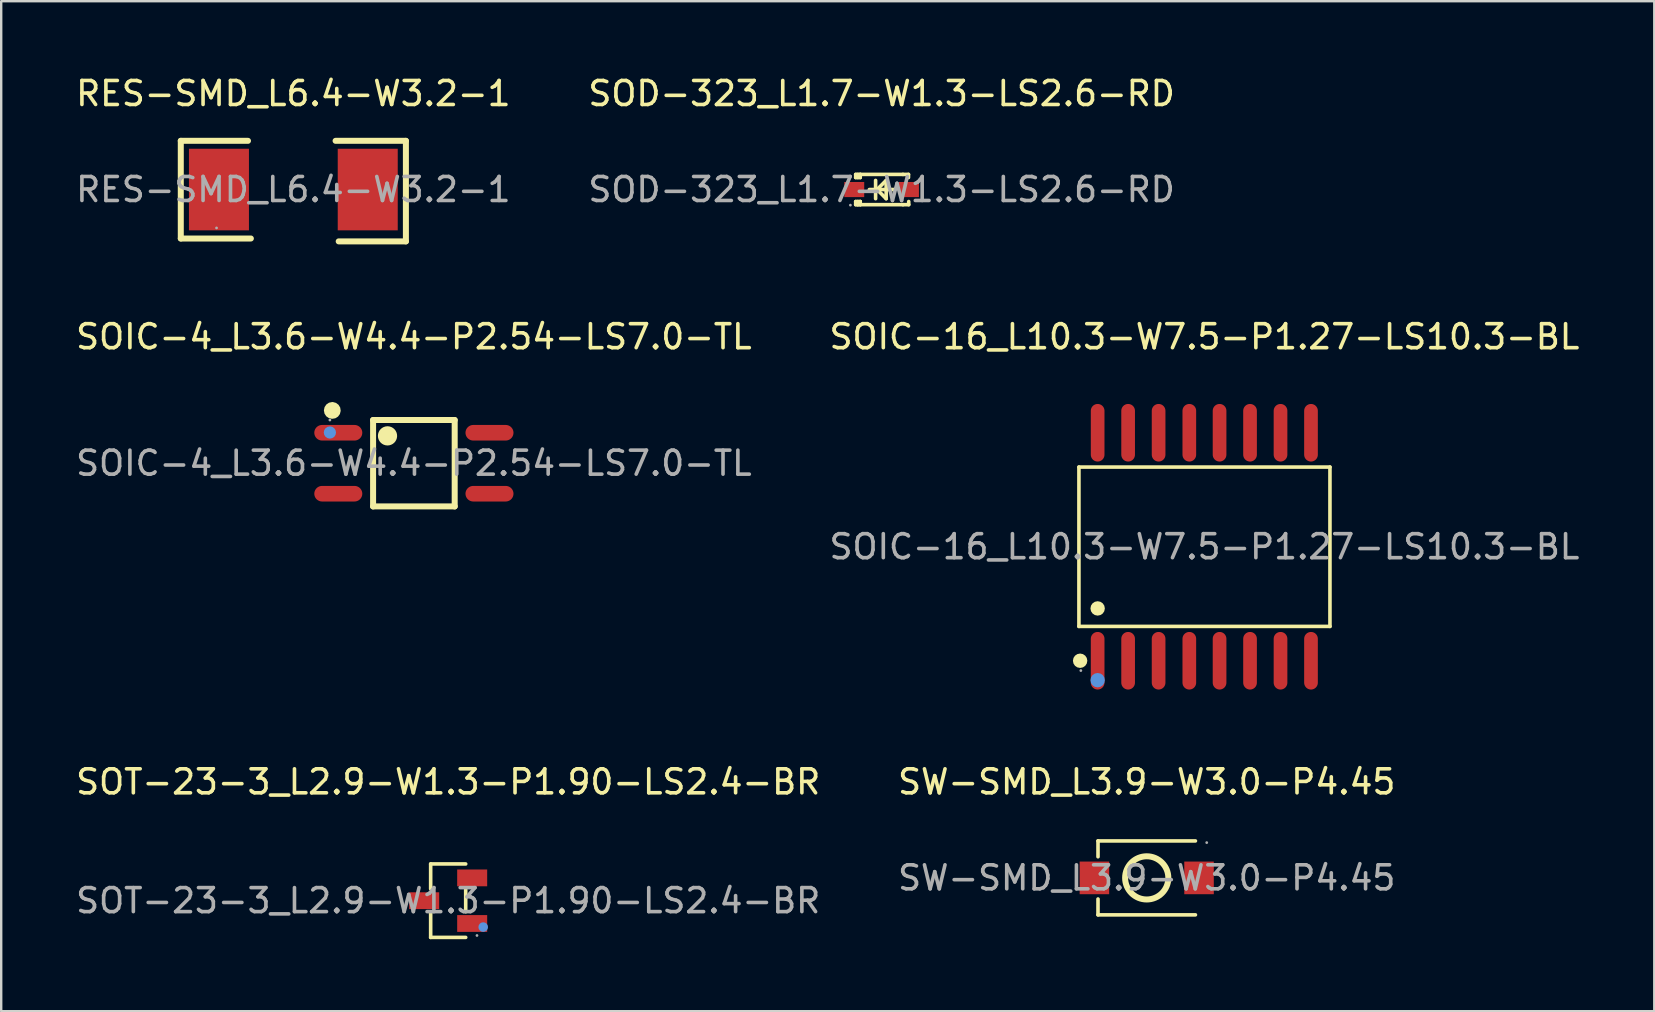
<source format=kicad_pcb>
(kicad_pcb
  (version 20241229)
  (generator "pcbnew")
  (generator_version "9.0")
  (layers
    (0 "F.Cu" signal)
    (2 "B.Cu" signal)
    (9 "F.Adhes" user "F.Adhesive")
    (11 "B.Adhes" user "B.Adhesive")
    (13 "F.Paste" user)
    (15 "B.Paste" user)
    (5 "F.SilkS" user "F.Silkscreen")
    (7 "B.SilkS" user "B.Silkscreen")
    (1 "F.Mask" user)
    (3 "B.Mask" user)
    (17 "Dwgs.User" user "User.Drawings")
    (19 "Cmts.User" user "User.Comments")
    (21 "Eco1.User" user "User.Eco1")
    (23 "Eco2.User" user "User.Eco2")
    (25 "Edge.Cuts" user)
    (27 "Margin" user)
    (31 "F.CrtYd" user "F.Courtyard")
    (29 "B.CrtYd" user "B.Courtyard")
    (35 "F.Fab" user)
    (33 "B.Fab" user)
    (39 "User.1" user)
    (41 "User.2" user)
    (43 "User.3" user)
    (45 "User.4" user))
  (footprint "SW-SMD_L3.9-W3.0-P4.45"
    (layer "F.Cu")
    (at 44.732 33.53)
    (property "Reference" "SW-SMD_L3.9-W3.0-P4.45" (at 0 -4 0) (layer "F.SilkS") (effects (font (size 1 1) (thickness 0.15))))
    (attr smd)
    (fp_line (start -2.03 -1.54) (end -2.03 -0.88) (stroke (width 0.15) (type solid)) (layer "F.SilkS"))
    (fp_line (start -2.03 1.54) (end -2.03 0.88) (stroke (width 0.15) (type solid)) (layer "F.SilkS"))
    (fp_line (start 2.03 -1.54) (end -2.03 -1.54) (stroke (width 0.15) (type solid)) (layer "F.SilkS"))
    (fp_line (start 2.03 1.54) (end -2.03 1.54) (stroke (width 0.15) (type solid)) (layer "F.SilkS"))
    (fp_circle (center 0 0) (end 0.9 0) (stroke (width 0.25) (type solid)) (fill no) (layer "F.SilkS"))
    (fp_circle (center 2.5 -1.47) (end 2.53 -1.47) (stroke (width 0.06) (type solid)) (fill no) (layer "F.Fab"))
    (fp_text user "${REFERENCE}" (at 0 0 0) (layer "F.Fab") (effects (font (size 1 1) (thickness 0.15))))
    (pad "1" smd rect (at -2.18 0) (size 1.23 1.36) (layers "F.Cu" "F.Mask" "F.Paste"))
    (pad "2" smd rect (at 2.18 0) (size 1.23 1.36) (layers "F.Cu" "F.Mask" "F.Paste")))
  (footprint "RES-SMD_L6.4-W3.2-1"
    (layer "F.Cu")
    (at 9.173 4.848)
    (property "Reference" "RES-SMD_L6.4-W3.2-1" (at 0 -4 0) (layer "F.SilkS") (effects (font (size 1 1) (thickness 0.15))))
    (attr smd)
    (fp_line (start -4.69 -2.03) (end -4.69 2.04) (stroke (width 0.25) (type solid)) (layer "F.SilkS"))
    (fp_line (start -4.69 2.04) (end -1.77 2.04) (stroke (width 0.25) (type solid)) (layer "F.SilkS"))
    (fp_line (start -1.89 -2.03) (end -4.69 -2.03) (stroke (width 0.25) (type solid)) (layer "F.SilkS"))
    (fp_line (start 1.89 2.16) (end 4.69 2.16) (stroke (width 0.25) (type solid)) (layer "F.SilkS"))
    (fp_line (start 4.69 -2.03) (end 1.76 -2.03) (stroke (width 0.25) (type solid)) (layer "F.SilkS"))
    (fp_line (start 4.69 2.16) (end 4.69 -2.03) (stroke (width 0.25) (type solid)) (layer "F.SilkS"))
    (fp_circle (center -3.2 1.6) (end -3.17 1.6) (stroke (width 0.06) (type solid)) (fill no) (layer "F.Fab"))
    (fp_text user "${REFERENCE}" (at 0 0 0) (layer "F.Fab") (effects (font (size 1 1) (thickness 0.15))))
    (pad "1" smd rect (at -3.1 0) (size 2.5 3.4) (layers "F.Cu" "F.Mask" "F.Paste"))
    (pad "2" smd rect (at 3.1 0) (size 2.5 3.4) (layers "F.Cu" "F.Mask" "F.Paste")))
  (footprint "SOIC-4_L3.6-W4.4-P2.54-LS7.0-TL"
    (layer "F.Cu")
    (at 14.196 16.252)
    (property "Reference" "SOIC-4_L3.6-W4.4-P2.54-LS7.0-TL" (at 0 -5.27 0) (layer "F.SilkS") (effects (font (size 1 1) (thickness 0.15))))
    (attr smd)
    (fp_line (start -1.7 -1.8) (end -1.7 1.8) (stroke (width 0.25) (type solid)) (layer "F.SilkS"))
    (fp_line (start -1.7 1.8) (end 1.7 1.8) (stroke (width 0.25) (type solid)) (layer "F.SilkS"))
    (fp_line (start 1.7 -1.8) (end -1.7 -1.8) (stroke (width 0.25) (type solid)) (layer "F.SilkS"))
    (fp_line (start 1.7 1.8) (end 1.7 -1.8) (stroke (width 0.25) (type solid)) (layer "F.SilkS"))
    (fp_arc (start -3.39 -2.35) (mid -3.404995 -2.04975) (end -3.400016 -2.350333) (stroke (width 0.4) (type solid)) (layer "F.SilkS"))
    (fp_arc (start -1.09 -1.34) (mid -1.104988 -0.939812) (end -1.100027 -1.34025) (stroke (width 0.4) (type solid)) (layer "F.SilkS"))
    (fp_circle (center -3.5 -1.28) (end -3.37 -1.28) (stroke (width 0.25) (type solid)) (fill no) (layer "Cmts.User"))
    (fp_circle (center -3.5 -1.8) (end -3.47 -1.8) (stroke (width 0.06) (type solid)) (fill no) (layer "F.Fab"))
    (fp_text user "${REFERENCE}" (at 0 0 0) (layer "F.Fab") (effects (font (size 1 1) (thickness 0.15))))
    (pad "1" smd oval (at -3.15 -1.27 90) (size 0.65 2) (layers "F.Cu" "F.Mask" "F.Paste"))
    (pad "3" smd oval (at -3.15 1.27 90) (size 0.65 2) (layers "F.Cu" "F.Mask" "F.Paste"))
    (pad "4" smd oval (at 3.15 1.27 90) (size 0.65 2) (layers "F.Cu" "F.Mask" "F.Paste"))
    (pad "6" smd oval (at 3.15 -1.27 90) (size 0.65 2) (layers "F.Cu" "F.Mask" "F.Paste")))
  (footprint "SOD-323_L1.7-W1.3-LS2.6-RD"
    (layer "F.Cu")
    (at 33.685 4.848)
    (property "Reference" "SOD-323_L1.7-W1.3-LS2.6-RD" (at 0 -4 0) (layer "F.SilkS") (effects (font (size 1 1) (thickness 0.15))))
    (attr smd)
    (fp_line (start -1.08 -0.63) (end -1.08 -0.5) (stroke (width 0.15) (type solid)) (layer "F.SilkS"))
    (fp_line (start -1.08 0.5) (end -1.08 0.63) (stroke (width 0.15) (type solid)) (layer "F.SilkS"))
    (fp_line (start -1.08 0.5) (end -0.89 0.5) (stroke (width 0.15) (type solid)) (layer "F.SilkS"))
    (fp_line (start -1.08 0.63) (end -0.89 0.63) (stroke (width 0.15) (type solid)) (layer "F.SilkS"))
    (fp_line (start -1 0.63) (end -0.99 0.63) (stroke (width 0.15) (type solid)) (layer "F.SilkS"))
    (fp_line (start -0.99 -0.5) (end -0.99 -0.63) (stroke (width 0.15) (type solid)) (layer "F.SilkS"))
    (fp_line (start -0.99 0.63) (end -0.99 0.5) (stroke (width 0.15) (type solid)) (layer "F.SilkS"))
    (fp_line (start -0.89 -0.63) (end -1.08 -0.63) (stroke (width 0.15) (type solid)) (layer "F.SilkS"))
    (fp_line (start -0.89 -0.63) (end -0.89 -0.6) (stroke (width 0.15) (type solid)) (layer "F.SilkS"))
    (fp_line (start -0.89 -0.63) (end 0.89 -0.63) (stroke (width 0.15) (type solid)) (layer "F.SilkS"))
    (fp_line (start -0.89 -0.6) (end -0.89 -0.5) (stroke (width 0.15) (type solid)) (layer "F.SilkS"))
    (fp_line (start -0.89 -0.5) (end -1.08 -0.5) (stroke (width 0.15) (type solid)) (layer "F.SilkS"))
    (fp_line (start -0.89 0.5) (end -0.89 0.5) (stroke (width 0.15) (type solid)) (layer "F.SilkS"))
    (fp_line (start -0.89 0.5) (end -0.89 0.6) (stroke (width 0.15) (type solid)) (layer "F.SilkS"))
    (fp_line (start -0.89 0.6) (end -0.89 0.63) (stroke (width 0.15) (type solid)) (layer "F.SilkS"))
    (fp_line (start -0.89 0.63) (end 0.89 0.63) (stroke (width 0.15) (type solid)) (layer "F.SilkS"))
    (fp_line (start -0.25 -0.38) (end -0.25 0.38) (stroke (width 0.15) (type solid)) (layer "F.SilkS"))
    (fp_line (start -0.19 0) (end -0.19 0) (stroke (width 0.15) (type solid)) (layer "F.SilkS"))
    (fp_line (start -0.19 0) (end 0.19 -0.38) (stroke (width 0.15) (type solid)) (layer "F.SilkS"))
    (fp_line (start 0.19 -0.38) (end 0.19 0.38) (stroke (width 0.15) (type solid)) (layer "F.SilkS"))
    (fp_line (start 0.19 0.38) (end -0.19 0) (stroke (width 0.15) (type solid)) (layer "F.SilkS"))
    (fp_line (start 0.51 0) (end -0.51 0) (stroke (width 0.15) (type solid)) (layer "F.SilkS"))
    (fp_line (start 0.89 -0.63) (end 1.12 -0.63) (stroke (width 0.15) (type solid)) (layer "F.SilkS"))
    (fp_line (start 1.12 -0.63) (end 1.12 -0.5) (stroke (width 0.15) (type solid)) (layer "F.SilkS"))
    (fp_line (start 1.13 0.5) (end 1.13 0.63) (stroke (width 0.15) (type solid)) (layer "F.SilkS"))
    (fp_line (start 1.13 0.63) (end 0.89 0.63) (stroke (width 0.15) (type solid)) (layer "F.SilkS"))
    (fp_circle (center -1.3 0.65) (end -1.27 0.65) (stroke (width 0.06) (type solid)) (fill no) (layer "F.Fab"))
    (fp_text user "${REFERENCE}" (at 0 0 0) (layer "F.Fab") (effects (font (size 1 1) (thickness 0.15))))
    (pad "1" smd rect (at -1.14 0 90) (size 0.63 0.83) (layers "F.Cu" "F.Mask" "F.Paste"))
    (pad "2" smd rect (at 1.14 0 90) (size 0.63 0.83) (layers "F.Cu" "F.Mask" "F.Paste")))
  (footprint "SOT-23-3_L2.9-W1.3-P1.90-LS2.4-BR"
    (layer "F.Cu")
    (at 15.625 34.48)
    (property "Reference" "SOT-23-3_L2.9-W1.3-P1.90-LS2.4-BR" (at 0 -4.95 0) (layer "F.SilkS") (effects (font (size 1 1) (thickness 0.15))))
    (attr smd)
    (fp_line (start -0.73 -1.53) (end -0.73 -0.49) (stroke (width 0.15) (type solid)) (layer "F.SilkS"))
    (fp_line (start -0.73 1.53) (end -0.73 0.49) (stroke (width 0.15) (type solid)) (layer "F.SilkS"))
    (fp_line (start 0.73 -1.53) (end -0.73 -1.53) (stroke (width 0.15) (type solid)) (layer "F.SilkS"))
    (fp_line (start 0.73 -0.46) (end 0.73 0.46) (stroke (width 0.15) (type solid)) (layer "F.SilkS"))
    (fp_line (start 0.73 1.53) (end -0.73 1.53) (stroke (width 0.15) (type solid)) (layer "F.SilkS"))
    (fp_circle (center 1.46 1.1) (end 1.56 1.1) (stroke (width 0.2) (type solid)) (fill no) (layer "Cmts.User"))
    (fp_circle (center 1.2 1.45) (end 1.23 1.45) (stroke (width 0.06) (type solid)) (fill no) (layer "F.Fab"))
    (fp_text user "${REFERENCE}" (at 0 0 0) (layer "F.Fab") (effects (font (size 1 1) (thickness 0.15))))
    (pad "1" smd rect (at 1 0.95) (size 1.25 0.7) (layers "F.Cu" "F.Mask" "F.Paste"))
    (pad "2" smd rect (at 1 -0.95) (size 1.25 0.7) (layers "F.Cu" "F.Mask" "F.Paste"))
    (pad "3" smd rect (at -1 0) (size 1.25 0.7) (layers "F.Cu" "F.Mask" "F.Paste")))
  (footprint "SOIC-16_L10.3-W7.5-P1.27-LS10.3-BL"
    (layer "F.Cu")
    (at 47.137 19.732)
    (property "Reference" "SOIC-16_L10.3-W7.5-P1.27-LS10.3-BL" (at 0 -8.75 0) (layer "F.SilkS") (effects (font (size 1 1) (thickness 0.15))))
    (attr smd)
    (fp_line (start -5.23 -3.32) (end 5.23 -3.32) (stroke (width 0.15) (type solid)) (layer "F.SilkS"))
    (fp_line (start -5.23 3.32) (end -5.23 -3.32) (stroke (width 0.15) (type solid)) (layer "F.SilkS"))
    (fp_line (start 5.23 -3.32) (end 5.23 3.32) (stroke (width 0.15) (type solid)) (layer "F.SilkS"))
    (fp_line (start 5.23 3.32) (end -5.23 3.32) (stroke (width 0.15) (type solid)) (layer "F.SilkS"))
    (fp_circle (center -5.18 4.75) (end -5.03 4.75) (stroke (width 0.3) (type solid)) (fill no) (layer "F.SilkS"))
    (fp_circle (center -4.45 2.57) (end -4.3 2.57) (stroke (width 0.3) (type solid)) (fill no) (layer "F.SilkS"))
    (fp_circle (center -4.45 5.56) (end -4.3 5.56) (stroke (width 0.3) (type solid)) (fill no) (layer "Cmts.User"))
    (fp_circle (center -5.15 5.16) (end -5.12 5.16) (stroke (width 0.06) (type solid)) (fill no) (layer "F.Fab"))
    (fp_text user "${REFERENCE}" (at 0 0 0) (layer "F.Fab") (effects (font (size 1 1) (thickness 0.15))))
    (pad "1" smd oval (at -4.45 4.75) (size 0.57 2.4) (layers "F.Cu" "F.Mask" "F.Paste"))
    (pad "2" smd oval (at -3.18 4.75) (size 0.57 2.4) (layers "F.Cu" "F.Mask" "F.Paste"))
    (pad "3" smd oval (at -1.91 4.75) (size 0.57 2.4) (layers "F.Cu" "F.Mask" "F.Paste"))
    (pad "4" smd oval (at -0.63 4.75) (size 0.57 2.4) (layers "F.Cu" "F.Mask" "F.Paste"))
    (pad "5" smd oval (at 0.63 4.75) (size 0.57 2.4) (layers "F.Cu" "F.Mask" "F.Paste"))
    (pad "6" smd oval (at 1.9 4.75) (size 0.57 2.4) (layers "F.Cu" "F.Mask" "F.Paste"))
    (pad "7" smd oval (at 3.17 4.75) (size 0.57 2.4) (layers "F.Cu" "F.Mask" "F.Paste"))
    (pad "8" smd oval (at 4.44 4.75) (size 0.57 2.4) (layers "F.Cu" "F.Mask" "F.Paste"))
    (pad "9" smd oval (at 4.44 -4.75) (size 0.57 2.4) (layers "F.Cu" "F.Mask" "F.Paste"))
    (pad "10" smd oval (at 3.17 -4.75) (size 0.57 2.4) (layers "F.Cu" "F.Mask" "F.Paste"))
    (pad "11" smd oval (at 1.9 -4.75) (size 0.57 2.4) (layers "F.Cu" "F.Mask" "F.Paste"))
    (pad "12" smd oval (at 0.63 -4.75) (size 0.57 2.4) (layers "F.Cu" "F.Mask" "F.Paste"))
    (pad "13" smd oval (at -0.63 -4.75) (size 0.57 2.4) (layers "F.Cu" "F.Mask" "F.Paste"))
    (pad "14" smd oval (at -1.91 -4.75) (size 0.57 2.4) (layers "F.Cu" "F.Mask" "F.Paste"))
    (pad "15" smd oval (at -3.18 -4.75) (size 0.57 2.4) (layers "F.Cu" "F.Mask" "F.Paste"))
    (pad "16" smd oval (at -4.45 -4.75) (size 0.57 2.4) (layers "F.Cu" "F.Mask" "F.Paste")))
  (gr_rect
    (start -3 -3)
    (end 65.881 39.085)
    (stroke (width 0.1) (type default))
    (fill no)
    (layer "Edge.Cuts")))
</source>
